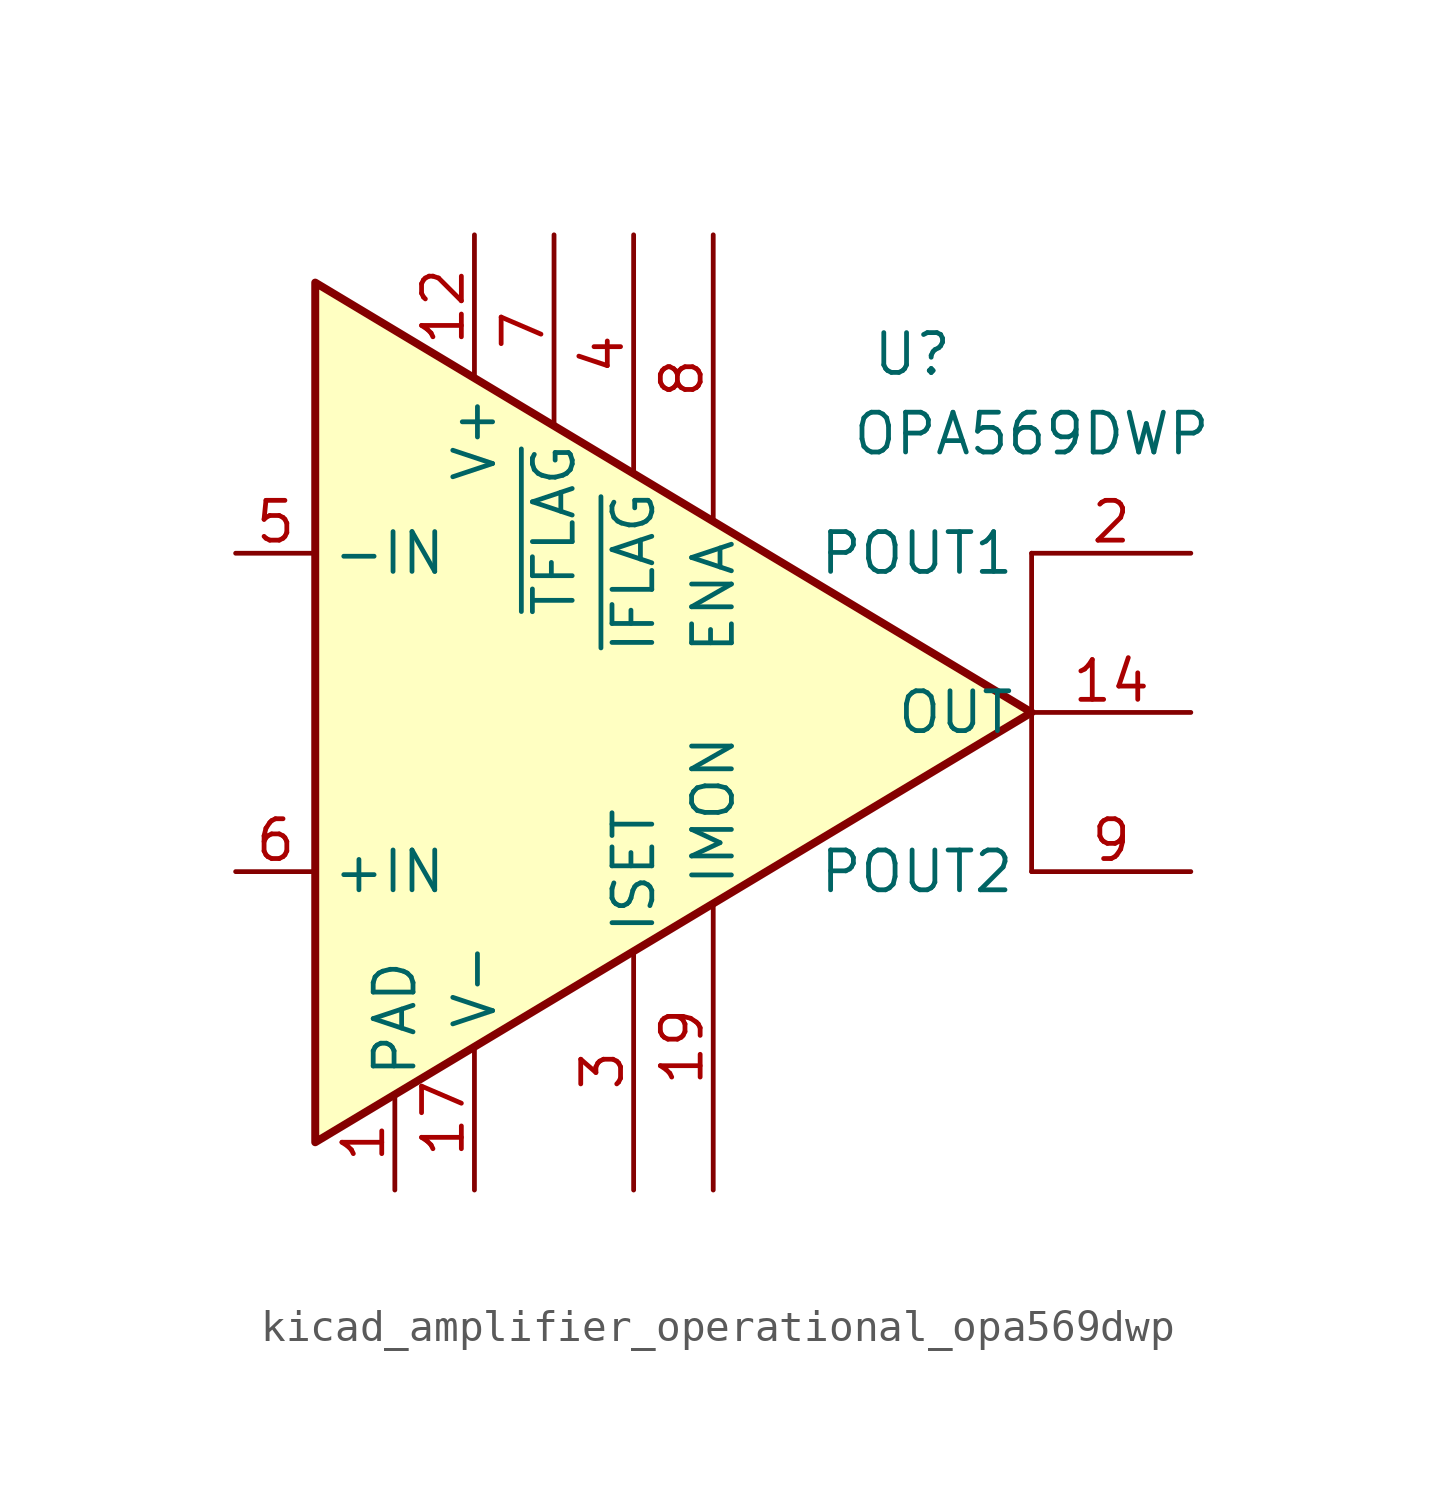
<source format=kicad_sym>
(kicad_symbol_lib
  (version 20220914)
  (generator kicad_symbol_editor)
  (symbol "kicad_amplifier_operational_opa569dwp"
    (property "Reference" "U"
      (at 6.35 11.43 0)
      (effects (font (size 1.27 1.27))))
    (property "Value" "OPA569DWP"
      (at 10.16 8.89 0)
      (effects (font (size 1.27 1.27))))
    (symbol "kicad_amplifier_operational_opa569dwp_0_0"
      (pin no_connect line (at -12.7 0 0) (length 2.54) hide (name "NC" (effects (font (size 1.27 1.27)))) (number "16" (effects (font (size 1.27 1.27)))))
      (pin passive line (at -10.16 -15.24 90) (length 3.048) hide (name "PAD" (effects (font (size 1.27 1.27)))) (number "21" (effects (font (size 1.27 1.27))))))
    (symbol "kicad_amplifier_operational_opa569dwp_0_1"
      (polyline (pts (xy 10.16 5.08) (xy 10.16 -5.08)) (stroke (width 0.152) (type default)) (fill (type none)))
      (polyline (pts (xy 10.16 0) (xy -12.7 -13.716) (xy -12.7 13.716) (xy 10.16 0)) (stroke (width 0.254) (type default)) (fill (type background))))
    (symbol "kicad_amplifier_operational_opa569dwp_1_1"
      (pin power_in line (at -10.16 -15.24 90) (length 3.048) (name "PAD" (effects (font (size 1.27 1.27)))) (number "1" (effects (font (size 1.27 1.27)))))
      (pin passive line (at -10.16 -15.24 90) (length 3.048) hide (name "PAD" (effects (font (size 1.27 1.27)))) (number "10" (effects (font (size 1.27 1.27)))))
      (pin passive line (at -10.16 -15.24 90) (length 3.048) hide (name "PAD" (effects (font (size 1.27 1.27)))) (number "11" (effects (font (size 1.27 1.27)))))
      (pin power_in line (at -7.62 15.24 270) (length 4.572) (name "V+" (effects (font (size 1.27 1.27)))) (number "12" (effects (font (size 1.27 1.27)))))
      (pin passive line (at -7.62 15.24 270) (length 4.572) hide (name "V+" (effects (font (size 1.27 1.27)))) (number "13" (effects (font (size 1.27 1.27)))))
      (pin output line (at 15.24 0 180) (length 5.08) (name "OUT" (effects (font (size 1.27 1.27)))) (number "14" (effects (font (size 1.27 1.27)))))
      (pin passive line (at 15.24 0 180) (length 5.08) hide (name "OUT" (effects (font (size 1.27 1.27)))) (number "15" (effects (font (size 1.27 1.27)))))
      (pin power_in line (at -7.62 -15.24 90) (length 4.572) (name "V-" (effects (font (size 1.27 1.27)))) (number "17" (effects (font (size 1.27 1.27)))))
      (pin passive line (at -7.62 -15.24 90) (length 4.572) hide (name "V-" (effects (font (size 1.27 1.27)))) (number "18" (effects (font (size 1.27 1.27)))))
      (pin output line (at 0 -15.24 90) (length 9.144) (name "IMON" (effects (font (size 1.27 1.27)))) (number "19" (effects (font (size 1.27 1.27)))))
      (pin output line (at 15.24 5.08 180) (length 5.08) (name "POUT1" (effects (font (size 1.27 1.27)))) (number "2" (effects (font (size 1.27 1.27)))))
      (pin passive line (at -10.16 -15.24 90) (length 3.048) hide (name "PAD" (effects (font (size 1.27 1.27)))) (number "20" (effects (font (size 1.27 1.27)))))
      (pin output line (at -2.54 -15.24 90) (length 7.62) (name "ISET" (effects (font (size 1.27 1.27)))) (number "3" (effects (font (size 1.27 1.27)))))
      (pin output line (at -2.54 15.24 270) (length 7.62) (name "~{IFLAG}" (effects (font (size 1.27 1.27)))) (number "4" (effects (font (size 1.27 1.27)))))
      (pin input line (at -15.24 5.08 0) (length 2.54) (name "-IN" (effects (font (size 1.27 1.27)))) (number "5" (effects (font (size 1.27 1.27)))))
      (pin input line (at -15.24 -5.08 0) (length 2.54) (name "+IN" (effects (font (size 1.27 1.27)))) (number "6" (effects (font (size 1.27 1.27)))))
      (pin output line (at -5.08 15.24 270) (length 6.096) (name "~{TFLAG}" (effects (font (size 1.27 1.27)))) (number "7" (effects (font (size 1.27 1.27)))))
      (pin input line (at 0 15.24 270) (length 9.144) (name "ENA" (effects (font (size 1.27 1.27)))) (number "8" (effects (font (size 1.27 1.27)))))
      (pin output line (at 15.24 -5.08 180) (length 5.08) (name "POUT2" (effects (font (size 1.27 1.27)))) (number "9" (effects (font (size 1.27 1.27))))))))
</source>
